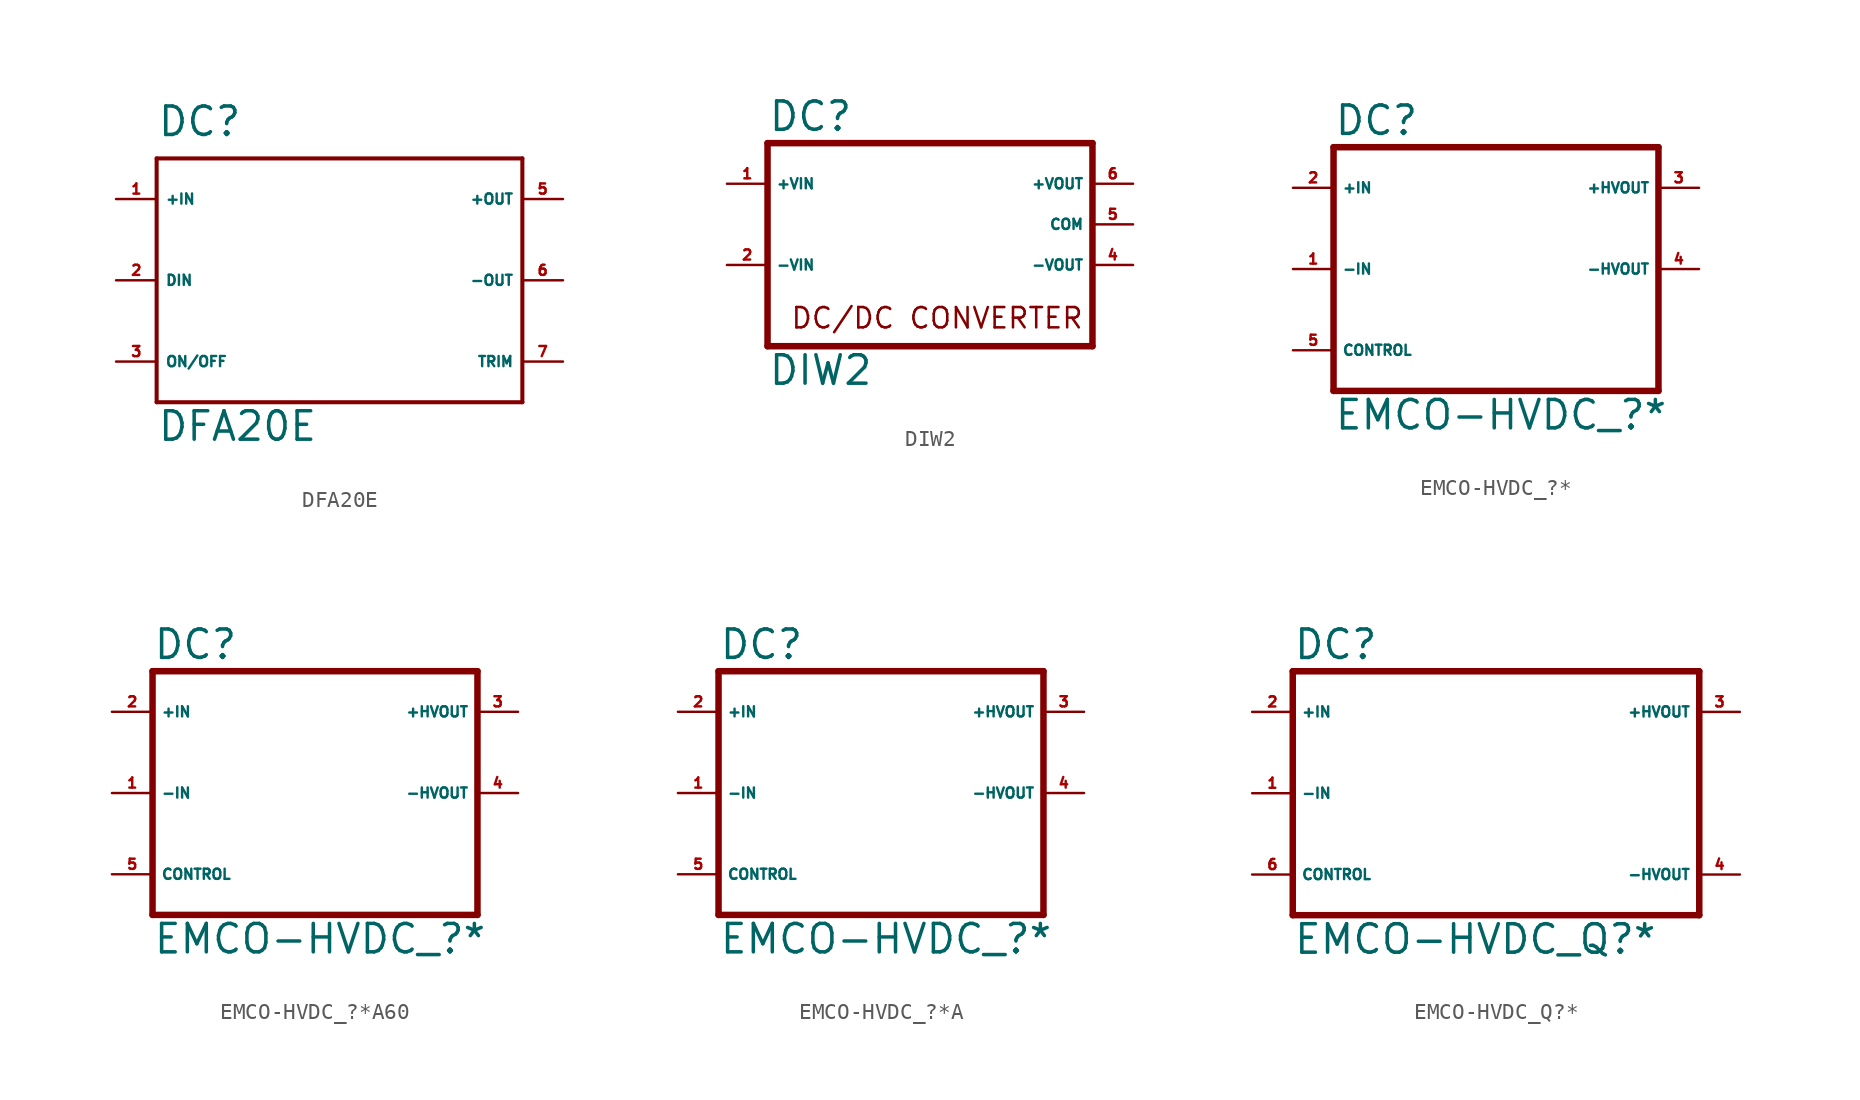
<source format=kicad_sym>
(kicad_symbol_lib
  (version 20220914)
  (generator Eagle2Kicad)
  (symbol "DFA20E"
    (property "Reference" "DC"
      (at -10.16 8.89 0)
      (effects (font (size 1.778 1.778) (thickness 0.22)) (justify left bottom)))
    (property "Value" "DFA20E"
      (at -10.16 -10.16 0)
      (effects (font (size 1.778 1.778) (thickness 0.22)) (justify left bottom)))
    (polyline
      (pts (xy -10.16 7.62) (xy 12.7 7.62))
      (stroke (width 0.254) (type default))
      (fill (type none)))
    (polyline
      (pts (xy 12.7 7.62) (xy 12.7 -7.62))
      (stroke (width 0.254) (type default))
      (fill (type none)))
    (polyline
      (pts (xy 12.7 -7.62) (xy -10.16 -7.62))
      (stroke (width 0.254) (type default))
      (fill (type none)))
    (polyline
      (pts (xy -10.16 -7.62) (xy -10.16 7.62))
      (stroke (width 0.254) (type default))
      (fill (type none)))
    (pin input line
      (at -12.7 5.08 0)
      (length 2.54)
      (name "+IN" (effects (font (size 0.635 0.635) (thickness 0.08)) (justify left bottom)))
      (number "1" (effects (font (size 0.635 0.635) (thickness 0.08)) (justify left bottom))))
    (pin input line
      (at -12.7 0 0)
      (length 2.54)
      (name "DIN" (effects (font (size 0.635 0.635) (thickness 0.08)) (justify left bottom)))
      (number "2" (effects (font (size 0.635 0.635) (thickness 0.08)) (justify left bottom))))
    (pin input line
      (at -12.7 -5.08 0)
      (length 2.54)
      (name "ON/OFF" (effects (font (size 0.635 0.635) (thickness 0.08)) (justify left bottom)))
      (number "3" (effects (font (size 0.635 0.635) (thickness 0.08)) (justify left bottom))))
    (pin output line
      (at 15.24 5.08 180)
      (length 2.54)
      (name "+OUT" (effects (font (size 0.635 0.635) (thickness 0.08)) (justify left bottom)))
      (number "5" (effects (font (size 0.635 0.635) (thickness 0.08)) (justify left bottom))))
    (pin output line
      (at 15.24 0 180)
      (length 2.54)
      (name "-OUT" (effects (font (size 0.635 0.635) (thickness 0.08)) (justify left bottom)))
      (number "6" (effects (font (size 0.635 0.635) (thickness 0.08)) (justify left bottom))))
    (pin input line
      (at 15.24 -5.08 180)
      (length 2.54)
      (name "TRIM" (effects (font (size 0.635 0.635) (thickness 0.08)) (justify left bottom)))
      (number "7" (effects (font (size 0.635 0.635) (thickness 0.08)) (justify left bottom)))))
  (symbol "DIW2"
    (property "Reference" "DC"
      (at -10.16 5.715 0)
      (effects (font (size 1.778 1.778) (thickness 0.22)) (justify left bottom)))
    (property "Value" "DIW2"
      (at -10.16 -10.16 0)
      (effects (font (size 1.778 1.778) (thickness 0.22)) (justify left bottom)))
    (polyline
      (pts (xy -10.16 5.08) (xy 10.16 5.08))
      (stroke (width 0.406) (type default))
      (fill (type none)))
    (polyline
      (pts (xy 10.16 5.08) (xy 10.16 -7.62))
      (stroke (width 0.406) (type default))
      (fill (type none)))
    (polyline
      (pts (xy 10.16 -7.62) (xy -10.16 -7.62))
      (stroke (width 0.406) (type default))
      (fill (type none)))
    (polyline
      (pts (xy -10.16 -7.62) (xy -10.16 5.08))
      (stroke (width 0.406) (type default))
      (fill (type none)))
    (text "DC/DC CONVERTER"
      (at -8.763 -6.604 0)
      (effects (font (size 1.27 1.27) (thickness 0.16)) (justify left bottom)))
    (pin passive line
      (at -12.7 2.54 0)
      (length 2.54)
      (name "+VIN" (effects (font (size 0.635 0.635) (thickness 0.08)) (justify left bottom)))
      (number "1" (effects (font (size 0.635 0.635) (thickness 0.08)) (justify left bottom))))
    (pin passive line
      (at -12.7 -2.54 0)
      (length 2.54)
      (name "-VIN" (effects (font (size 0.635 0.635) (thickness 0.08)) (justify left bottom)))
      (number "2" (effects (font (size 0.635 0.635) (thickness 0.08)) (justify left bottom))))
    (pin passive line
      (at 12.7 2.54 180)
      (length 2.54)
      (name "+VOUT" (effects (font (size 0.635 0.635) (thickness 0.08)) (justify left bottom)))
      (number "6" (effects (font (size 0.635 0.635) (thickness 0.08)) (justify left bottom))))
    (pin passive line
      (at 12.7 0 180)
      (length 2.54)
      (name "COM" (effects (font (size 0.635 0.635) (thickness 0.08)) (justify left bottom)))
      (number "5" (effects (font (size 0.635 0.635) (thickness 0.08)) (justify left bottom))))
    (pin passive line
      (at 12.7 -2.54 180)
      (length 2.54)
      (name "-VOUT" (effects (font (size 0.635 0.635) (thickness 0.08)) (justify left bottom)))
      (number "4" (effects (font (size 0.635 0.635) (thickness 0.08)) (justify left bottom)))))
  (symbol "EMCO-HVDC_?*"
    (property "Reference" "DC"
      (at -10.16 8.255 0)
      (effects (font (size 1.778 1.778) (thickness 0.22)) (justify left bottom)))
    (property "Value" "EMCO-HVDC_?*"
      (at -10.16 -10.16 0)
      (effects (font (size 1.778 1.778) (thickness 0.22)) (justify left bottom)))
    (polyline
      (pts (xy -10.16 7.62) (xy 10.16 7.62))
      (stroke (width 0.406) (type default))
      (fill (type none)))
    (polyline
      (pts (xy 10.16 7.62) (xy 10.16 -7.62))
      (stroke (width 0.406) (type default))
      (fill (type none)))
    (polyline
      (pts (xy 10.16 -7.62) (xy -10.16 -7.62))
      (stroke (width 0.406) (type default))
      (fill (type none)))
    (polyline
      (pts (xy -10.16 -7.62) (xy -10.16 7.62))
      (stroke (width 0.406) (type default))
      (fill (type none)))
    (pin passive line
      (at -12.7 5.08 0)
      (length 2.54)
      (name "+IN" (effects (font (size 0.635 0.635) (thickness 0.08)) (justify left bottom)))
      (number "2" (effects (font (size 0.635 0.635) (thickness 0.08)) (justify left bottom))))
    (pin passive line
      (at -12.7 0 0)
      (length 2.54)
      (name "-IN" (effects (font (size 0.635 0.635) (thickness 0.08)) (justify left bottom)))
      (number "1" (effects (font (size 0.635 0.635) (thickness 0.08)) (justify left bottom))))
    (pin passive line
      (at 12.7 5.08 180)
      (length 2.54)
      (name "+HVOUT" (effects (font (size 0.635 0.635) (thickness 0.08)) (justify left bottom)))
      (number "3" (effects (font (size 0.635 0.635) (thickness 0.08)) (justify left bottom))))
    (pin passive line
      (at -12.7 -5.08 0)
      (length 2.54)
      (name "CONTROL" (effects (font (size 0.635 0.635) (thickness 0.08)) (justify left bottom)))
      (number "5" (effects (font (size 0.635 0.635) (thickness 0.08)) (justify left bottom))))
    (pin passive line
      (at 12.7 0 180)
      (length 2.54)
      (name "-HVOUT" (effects (font (size 0.635 0.635) (thickness 0.08)) (justify left bottom)))
      (number "4" (effects (font (size 0.635 0.635) (thickness 0.08)) (justify left bottom)))))
  (symbol "EMCO-HVDC_?*A60"
    (property "Reference" "DC"
      (at -10.16 8.255 0)
      (effects (font (size 1.778 1.778) (thickness 0.22)) (justify left bottom)))
    (property "Value" "EMCO-HVDC_?*"
      (at -10.16 -10.16 0)
      (effects (font (size 1.778 1.778) (thickness 0.22)) (justify left bottom)))
    (polyline
      (pts (xy -10.16 7.62) (xy 10.16 7.62))
      (stroke (width 0.406) (type default))
      (fill (type none)))
    (polyline
      (pts (xy 10.16 7.62) (xy 10.16 -7.62))
      (stroke (width 0.406) (type default))
      (fill (type none)))
    (polyline
      (pts (xy 10.16 -7.62) (xy -10.16 -7.62))
      (stroke (width 0.406) (type default))
      (fill (type none)))
    (polyline
      (pts (xy -10.16 -7.62) (xy -10.16 7.62))
      (stroke (width 0.406) (type default))
      (fill (type none)))
    (pin passive line
      (at -12.7 5.08 0)
      (length 2.54)
      (name "+IN" (effects (font (size 0.635 0.635) (thickness 0.08)) (justify left bottom)))
      (number "2" (effects (font (size 0.635 0.635) (thickness 0.08)) (justify left bottom))))
    (pin passive line
      (at -12.7 0 0)
      (length 2.54)
      (name "-IN" (effects (font (size 0.635 0.635) (thickness 0.08)) (justify left bottom)))
      (number "1" (effects (font (size 0.635 0.635) (thickness 0.08)) (justify left bottom))))
    (pin passive line
      (at 12.7 5.08 180)
      (length 2.54)
      (name "+HVOUT" (effects (font (size 0.635 0.635) (thickness 0.08)) (justify left bottom)))
      (number "3" (effects (font (size 0.635 0.635) (thickness 0.08)) (justify left bottom))))
    (pin passive line
      (at -12.7 -5.08 0)
      (length 2.54)
      (name "CONTROL" (effects (font (size 0.635 0.635) (thickness 0.08)) (justify left bottom)))
      (number "5" (effects (font (size 0.635 0.635) (thickness 0.08)) (justify left bottom))))
    (pin passive line
      (at 12.7 0 180)
      (length 2.54)
      (name "-HVOUT" (effects (font (size 0.635 0.635) (thickness 0.08)) (justify left bottom)))
      (number "4" (effects (font (size 0.635 0.635) (thickness 0.08)) (justify left bottom)))))
  (symbol "EMCO-HVDC_?*A"
    (property "Reference" "DC"
      (at -10.16 8.255 0)
      (effects (font (size 1.778 1.778) (thickness 0.22)) (justify left bottom)))
    (property "Value" "EMCO-HVDC_?*"
      (at -10.16 -10.16 0)
      (effects (font (size 1.778 1.778) (thickness 0.22)) (justify left bottom)))
    (polyline
      (pts (xy -10.16 7.62) (xy 10.16 7.62))
      (stroke (width 0.406) (type default))
      (fill (type none)))
    (polyline
      (pts (xy 10.16 7.62) (xy 10.16 -7.62))
      (stroke (width 0.406) (type default))
      (fill (type none)))
    (polyline
      (pts (xy 10.16 -7.62) (xy -10.16 -7.62))
      (stroke (width 0.406) (type default))
      (fill (type none)))
    (polyline
      (pts (xy -10.16 -7.62) (xy -10.16 7.62))
      (stroke (width 0.406) (type default))
      (fill (type none)))
    (pin passive line
      (at -12.7 5.08 0)
      (length 2.54)
      (name "+IN" (effects (font (size 0.635 0.635) (thickness 0.08)) (justify left bottom)))
      (number "2" (effects (font (size 0.635 0.635) (thickness 0.08)) (justify left bottom))))
    (pin passive line
      (at -12.7 0 0)
      (length 2.54)
      (name "-IN" (effects (font (size 0.635 0.635) (thickness 0.08)) (justify left bottom)))
      (number "1" (effects (font (size 0.635 0.635) (thickness 0.08)) (justify left bottom))))
    (pin passive line
      (at 12.7 5.08 180)
      (length 2.54)
      (name "+HVOUT" (effects (font (size 0.635 0.635) (thickness 0.08)) (justify left bottom)))
      (number "3" (effects (font (size 0.635 0.635) (thickness 0.08)) (justify left bottom))))
    (pin passive line
      (at -12.7 -5.08 0)
      (length 2.54)
      (name "CONTROL" (effects (font (size 0.635 0.635) (thickness 0.08)) (justify left bottom)))
      (number "5" (effects (font (size 0.635 0.635) (thickness 0.08)) (justify left bottom))))
    (pin passive line
      (at 12.7 0 180)
      (length 2.54)
      (name "-HVOUT" (effects (font (size 0.635 0.635) (thickness 0.08)) (justify left bottom)))
      (number "4" (effects (font (size 0.635 0.635) (thickness 0.08)) (justify left bottom)))))
  (symbol "EMCO-HVDC_Q?*"
    (property "Reference" "DC"
      (at -12.7 8.255 0)
      (effects (font (size 1.778 1.778) (thickness 0.22)) (justify left bottom)))
    (property "Value" "EMCO-HVDC_Q?*"
      (at -12.7 -10.16 0)
      (effects (font (size 1.778 1.778) (thickness 0.22)) (justify left bottom)))
    (polyline
      (pts (xy -12.7 7.62) (xy 12.7 7.62))
      (stroke (width 0.406) (type default))
      (fill (type none)))
    (polyline
      (pts (xy 12.7 7.62) (xy 12.7 -7.62))
      (stroke (width 0.406) (type default))
      (fill (type none)))
    (polyline
      (pts (xy 12.7 -7.62) (xy -12.7 -7.62))
      (stroke (width 0.406) (type default))
      (fill (type none)))
    (polyline
      (pts (xy -12.7 -7.62) (xy -12.7 7.62))
      (stroke (width 0.406) (type default))
      (fill (type none)))
    (pin passive line
      (at -15.24 5.08 0)
      (length 2.54)
      (name "+IN" (effects (font (size 0.635 0.635) (thickness 0.08)) (justify left bottom)))
      (number "2" (effects (font (size 0.635 0.635) (thickness 0.08)) (justify left bottom))))
    (pin passive line
      (at -15.24 0 0)
      (length 2.54)
      (name "-IN" (effects (font (size 0.635 0.635) (thickness 0.08)) (justify left bottom)))
      (number "1" (effects (font (size 0.635 0.635) (thickness 0.08)) (justify left bottom))))
    (pin passive line
      (at 15.24 5.08 180)
      (length 2.54)
      (name "+HVOUT" (effects (font (size 0.635 0.635) (thickness 0.08)) (justify left bottom)))
      (number "3" (effects (font (size 0.635 0.635) (thickness 0.08)) (justify left bottom))))
    (pin passive line
      (at -15.24 -5.08 0)
      (length 2.54)
      (name "CONTROL" (effects (font (size 0.635 0.635) (thickness 0.08)) (justify left bottom)))
      (number "6" (effects (font (size 0.635 0.635) (thickness 0.08)) (justify left bottom))))
    (pin passive line
      (at 15.24 -5.08 180)
      (length 2.54)
      (name "-HVOUT" (effects (font (size 0.635 0.635) (thickness 0.08)) (justify left bottom)))
      (number "4" (effects (font (size 0.635 0.635) (thickness 0.08)) (justify left bottom))))))
</source>
